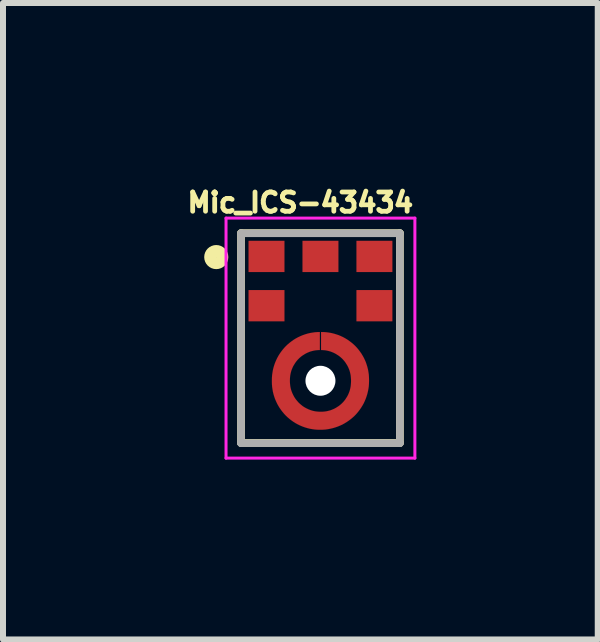
<source format=kicad_pcb>
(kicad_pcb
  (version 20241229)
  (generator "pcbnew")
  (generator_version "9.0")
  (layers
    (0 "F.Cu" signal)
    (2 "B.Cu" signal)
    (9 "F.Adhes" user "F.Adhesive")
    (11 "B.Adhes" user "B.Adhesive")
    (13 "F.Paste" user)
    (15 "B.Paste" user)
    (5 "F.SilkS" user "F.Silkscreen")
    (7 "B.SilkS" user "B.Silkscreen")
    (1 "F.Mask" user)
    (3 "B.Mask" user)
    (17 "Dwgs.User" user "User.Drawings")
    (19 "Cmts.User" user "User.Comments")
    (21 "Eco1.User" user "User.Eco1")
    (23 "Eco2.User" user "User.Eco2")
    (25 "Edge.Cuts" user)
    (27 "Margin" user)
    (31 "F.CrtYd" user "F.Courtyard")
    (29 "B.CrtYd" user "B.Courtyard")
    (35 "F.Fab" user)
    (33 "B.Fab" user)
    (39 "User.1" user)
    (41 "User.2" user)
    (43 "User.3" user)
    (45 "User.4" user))
  (footprint "Mic_ICS-43434"
    (layer "F.Cu")
    (at 2.295 2.588)
    (property "Reference" "Mic_ICS-43434" (at -0.335 -2.259 180) (layer "F.SilkS") (effects (font (size 0.321 0.321) (thickness 0.08))))
    (attr through_hole)
    (fp_poly (pts (xy -0.01 -0.1) (xy -0.01 0.2) (xy -0.036 0.201) (xy -0.062 0.203) (xy -0.088 0.206) (xy -0.114 0.211) (xy -0.139 0.217) (xy -0.165 0.224) (xy -0.189 0.233) (xy -0.213 0.243) (xy -0.237 0.254) (xy -0.26 0.267) (xy -0.282 0.281) (xy -0.304 0.295) (xy -0.325 0.311) (xy -0.345 0.328) (xy -0.364 0.346) (xy -0.382 0.365) (xy -0.399 0.385) (xy -0.415 0.406) (xy -0.429 0.428) (xy -0.443 0.45) (xy -0.456 0.473) (xy -0.467 0.497) (xy -0.477 0.521) (xy -0.486 0.545) (xy -0.493 0.571) (xy -0.499 0.596) (xy -0.504 0.622) (xy -0.507 0.648) (xy -0.509 0.674) (xy -0.51 0.7) (xy -0.51 0.72) (xy -0.509 0.747) (xy -0.507 0.773) (xy -0.504 0.8) (xy -0.499 0.826) (xy -0.493 0.852) (xy -0.485 0.878) (xy -0.476 0.903) (xy -0.466 0.927) (xy -0.454 0.952) (xy -0.442 0.975) (xy -0.428 0.998) (xy -0.413 1.02) (xy -0.396 1.041) (xy -0.379 1.061) (xy -0.361 1.081) (xy -0.341 1.099) (xy -0.321 1.116) (xy -0.3 1.133) (xy -0.278 1.148) (xy -0.255 1.162) (xy -0.232 1.174) (xy -0.207 1.186) (xy -0.183 1.196) (xy -0.158 1.205) (xy -0.132 1.213) (xy -0.106 1.219) (xy -0.08 1.224) (xy -0.053 1.227) (xy -0.027 1.229) (xy 0 1.23) (xy 0.01 1.23) (xy 0.036 1.229) (xy 0.062 1.227) (xy 0.088 1.224) (xy 0.114 1.219) (xy 0.139 1.213) (xy 0.165 1.206) (xy 0.189 1.197) (xy 0.213 1.187) (xy 0.237 1.176) (xy 0.26 1.163) (xy 0.282 1.149) (xy 0.304 1.135) (xy 0.325 1.119) (xy 0.345 1.102) (xy 0.364 1.084) (xy 0.382 1.065) (xy 0.399 1.045) (xy 0.415 1.024) (xy 0.429 1.002) (xy 0.443 0.98) (xy 0.456 0.957) (xy 0.467 0.933) (xy 0.477 0.909) (xy 0.486 0.885) (xy 0.493 0.859) (xy 0.499 0.834) (xy 0.504 0.808) (xy 0.507 0.782) (xy 0.509 0.756) (xy 0.51 0.73) (xy 0.51 0.7) (xy 0.509 0.674) (xy 0.507 0.648) (xy 0.504 0.622) (xy 0.499 0.596) (xy 0.493 0.571) (xy 0.486 0.545) (xy 0.477 0.521) (xy 0.467 0.497) (xy 0.456 0.473) (xy 0.443 0.45) (xy 0.429 0.428) (xy 0.415 0.406) (xy 0.399 0.385) (xy 0.382 0.365) (xy 0.364 0.346) (xy 0.345 0.328) (xy 0.325 0.311) (xy 0.304 0.295) (xy 0.282 0.281) (xy 0.26 0.267) (xy 0.237 0.254) (xy 0.213 0.243) (xy 0.189 0.233) (xy 0.165 0.224) (xy 0.139 0.217) (xy 0.114 0.211) (xy 0.088 0.206) (xy 0.062 0.203) (xy 0.036 0.201) (xy 0.01 0.2) (xy 0.01 -0.1) (xy 0.02 -0.1) (xy 0.061 -0.099) (xy 0.103 -0.096) (xy 0.144 -0.09) (xy 0.184 -0.083) (xy 0.224 -0.073) (xy 0.264 -0.061) (xy 0.303 -0.048) (xy 0.341 -0.032) (xy 0.379 -0.014) (xy 0.415 0.006) (xy 0.45 0.027) (xy 0.484 0.051) (xy 0.517 0.076) (xy 0.549 0.103) (xy 0.579 0.131) (xy 0.607 0.161) (xy 0.634 0.193) (xy 0.659 0.226) (xy 0.683 0.26) (xy 0.704 0.295) (xy 0.724 0.331) (xy 0.742 0.369) (xy 0.758 0.407) (xy 0.771 0.446) (xy 0.783 0.486) (xy 0.793 0.526) (xy 0.8 0.566) (xy 0.806 0.607) (xy 0.809 0.649) (xy 0.81 0.69) (xy 0.81 0.72) (xy 0.809 0.762) (xy 0.806 0.805) (xy 0.8 0.847) (xy 0.792 0.888) (xy 0.782 0.93) (xy 0.77 0.97) (xy 0.756 1.01) (xy 0.74 1.049) (xy 0.722 1.088) (xy 0.701 1.125) (xy 0.679 1.161) (xy 0.655 1.196) (xy 0.629 1.23) (xy 0.602 1.262) (xy 0.573 1.293) (xy 0.542 1.322) (xy 0.51 1.349) (xy 0.476 1.375) (xy 0.441 1.399) (xy 0.405 1.421) (xy 0.368 1.442) (xy 0.329 1.46) (xy 0.29 1.476) (xy 0.25 1.49) (xy 0.21 1.502) (xy 0.168 1.512) (xy 0.127 1.52) (xy 0.085 1.526) (xy 0.042 1.529) (xy 0 1.53) (xy -0.01 1.53) (xy -0.052 1.529) (xy -0.094 1.526) (xy -0.135 1.52) (xy -0.176 1.513) (xy -0.217 1.503) (xy -0.257 1.491) (xy -0.297 1.477) (xy -0.335 1.461) (xy -0.373 1.443) (xy -0.41 1.423) (xy -0.446 1.401) (xy -0.48 1.377) (xy -0.513 1.352) (xy -0.545 1.325) (xy -0.576 1.296) (xy -0.605 1.265) (xy -0.632 1.233) (xy -0.657 1.2) (xy -0.681 1.166) (xy -0.703 1.13) (xy -0.723 1.093) (xy -0.741 1.055) (xy -0.757 1.017) (xy -0.771 0.977) (xy -0.783 0.937) (xy -0.793 0.896) (xy -0.8 0.855) (xy -0.806 0.814) (xy -0.809 0.772) (xy -0.81 0.73) (xy -0.81 0.7) (xy -0.809 0.658) (xy -0.806 0.616) (xy -0.8 0.575) (xy -0.793 0.534) (xy -0.783 0.493) (xy -0.771 0.453) (xy -0.757 0.413) (xy -0.741 0.375) (xy -0.723 0.337) (xy -0.703 0.3) (xy -0.681 0.264) (xy -0.657 0.23) (xy -0.632 0.197) (xy -0.605 0.165) (xy -0.576 0.134) (xy -0.545 0.105) (xy -0.513 0.078) (xy -0.48 0.053) (xy -0.446 0.029) (xy -0.41 0.007) (xy -0.373 -0.013) (xy -0.335 -0.031) (xy -0.297 -0.047) (xy -0.257 -0.061) (xy -0.217 -0.073) (xy -0.176 -0.083) (xy -0.135 -0.09) (xy -0.094 -0.096) (xy -0.052 -0.099) (xy -0.01 -0.1)) (stroke (width 0.001) (type solid)) (fill yes) (layer "F.Cu"))
    (fp_circle (center 0 0.713) (end 0.665 0.713) (stroke (width 0.5) (type solid)) (fill no) (layer "F.Mask"))
    (fp_line (start -1.325 -1.75) (end -1.325 1.75) (stroke (width 0.127) (type solid)) (layer "F.SilkS"))
    (fp_line (start -1.325 1.75) (end 1.325 1.75) (stroke (width 0.127) (type solid)) (layer "F.SilkS"))
    (fp_line (start 1.325 -1.75) (end -1.325 -1.75) (stroke (width 0.127) (type solid)) (layer "F.SilkS"))
    (fp_line (start 1.325 1.75) (end 1.325 -1.75) (stroke (width 0.127) (type solid)) (layer "F.SilkS"))
    (fp_circle (center -1.738 -1.35) (end -1.637 -1.35) (stroke (width 0.2) (type solid)) (fill no) (layer "F.SilkS"))
    (fp_poly (pts (xy -0.65 -1.572) (xy -0.65 -1.15) (xy -1.15 -1.15) (xy -1.15 -1.572)) (stroke (width 0.001) (type solid)) (fill yes) (layer "F.Paste"))
    (fp_poly (pts (xy -0.65 -0.75) (xy -0.65 -0.328) (xy -1.15 -0.328) (xy -1.15 -0.75)) (stroke (width 0.001) (type solid)) (fill yes) (layer "F.Paste"))
    (fp_poly (pts (xy 0.25 -1.572) (xy 0.25 -1.15) (xy -0.25 -1.15) (xy -0.25 -1.572)) (stroke (width 0.001) (type solid)) (fill yes) (layer "F.Paste"))
    (fp_poly (pts (xy 1.15 -1.572) (xy 1.15 -1.15) (xy 0.65 -1.15) (xy 0.65 -1.572)) (stroke (width 0.001) (type solid)) (fill yes) (layer "F.Paste"))
    (fp_poly (pts (xy 1.15 -0.75) (xy 1.15 -0.328) (xy 0.65 -0.328) (xy 0.65 -0.75)) (stroke (width 0.001) (type solid)) (fill yes) (layer "F.Paste"))
    (fp_poly (pts (xy -0.51 0.663) (xy -0.508 0.642) (xy -0.504 0.618) (xy -0.499 0.595) (xy -0.493 0.572) (xy -0.486 0.55) (xy -0.478 0.527) (xy -0.469 0.505) (xy -0.459 0.484) (xy -0.448 0.463) (xy -0.436 0.443) (xy -0.423 0.423) (xy -0.41 0.403) (xy -0.395 0.385) (xy -0.379 0.367) (xy -0.363 0.35) (xy -0.346 0.334) (xy -0.328 0.318) (xy -0.31 0.303) (xy -0.29 0.29) (xy -0.27 0.277) (xy -0.25 0.265) (xy -0.229 0.254) (xy -0.208 0.244) (xy -0.186 0.235) (xy -0.163 0.227) (xy -0.141 0.22) (xy -0.118 0.214) (xy -0.095 0.209) (xy -0.071 0.205) (xy -0.05 0.203) (xy -0.05 -0.097) (xy -0.089 -0.094) (xy -0.127 -0.089) (xy -0.166 -0.082) (xy -0.204 -0.074) (xy -0.242 -0.063) (xy -0.28 -0.051) (xy -0.316 -0.036) (xy -0.352 -0.02) (xy -0.387 -0.003) (xy -0.421 0.017) (xy -0.454 0.038) (xy -0.487 0.06) (xy -0.518 0.085) (xy -0.547 0.11) (xy -0.576 0.137) (xy -0.603 0.166) (xy -0.628 0.195) (xy -0.653 0.226) (xy -0.675 0.259) (xy -0.696 0.292) (xy -0.716 0.326) (xy -0.733 0.361) (xy -0.749 0.397) (xy -0.764 0.433) (xy -0.776 0.471) (xy -0.787 0.509) (xy -0.795 0.547) (xy -0.802 0.586) (xy -0.807 0.624) (xy -0.81 0.663) (xy -0.51 0.663)) (stroke (width 0.001) (type solid)) (fill yes) (layer "F.Paste"))
    (fp_poly (pts (xy -0.05 1.223) (xy -0.071 1.221) (xy -0.095 1.217) (xy -0.118 1.212) (xy -0.141 1.206) (xy -0.163 1.199) (xy -0.186 1.191) (xy -0.208 1.182) (xy -0.229 1.172) (xy -0.25 1.161) (xy -0.27 1.149) (xy -0.29 1.136) (xy -0.31 1.123) (xy -0.328 1.108) (xy -0.346 1.092) (xy -0.363 1.076) (xy -0.379 1.059) (xy -0.395 1.041) (xy -0.41 1.023) (xy -0.423 1.003) (xy -0.436 0.983) (xy -0.448 0.963) (xy -0.459 0.942) (xy -0.469 0.921) (xy -0.478 0.899) (xy -0.486 0.876) (xy -0.493 0.854) (xy -0.499 0.831) (xy -0.504 0.808) (xy -0.508 0.784) (xy -0.51 0.763) (xy -0.81 0.763) (xy -0.807 0.802) (xy -0.802 0.84) (xy -0.795 0.879) (xy -0.787 0.917) (xy -0.776 0.955) (xy -0.764 0.993) (xy -0.749 1.029) (xy -0.733 1.065) (xy -0.716 1.1) (xy -0.696 1.134) (xy -0.675 1.167) (xy -0.653 1.2) (xy -0.628 1.231) (xy -0.603 1.26) (xy -0.576 1.289) (xy -0.547 1.316) (xy -0.518 1.341) (xy -0.487 1.366) (xy -0.454 1.388) (xy -0.421 1.409) (xy -0.387 1.429) (xy -0.352 1.446) (xy -0.316 1.462) (xy -0.28 1.477) (xy -0.242 1.489) (xy -0.204 1.5) (xy -0.166 1.508) (xy -0.127 1.515) (xy -0.089 1.52) (xy -0.05 1.523) (xy -0.05 1.223)) (stroke (width 0.001) (type solid)) (fill yes) (layer "F.Paste"))
    (fp_poly (pts (xy 0.05 0.203) (xy 0.071 0.205) (xy 0.095 0.209) (xy 0.118 0.214) (xy 0.141 0.22) (xy 0.163 0.227) (xy 0.186 0.235) (xy 0.208 0.244) (xy 0.229 0.254) (xy 0.25 0.265) (xy 0.27 0.277) (xy 0.29 0.29) (xy 0.31 0.303) (xy 0.328 0.318) (xy 0.346 0.334) (xy 0.363 0.35) (xy 0.379 0.367) (xy 0.395 0.385) (xy 0.41 0.403) (xy 0.423 0.423) (xy 0.436 0.443) (xy 0.448 0.463) (xy 0.459 0.484) (xy 0.469 0.505) (xy 0.478 0.527) (xy 0.486 0.55) (xy 0.493 0.572) (xy 0.499 0.595) (xy 0.504 0.618) (xy 0.508 0.642) (xy 0.51 0.663) (xy 0.81 0.663) (xy 0.807 0.624) (xy 0.802 0.586) (xy 0.795 0.547) (xy 0.787 0.509) (xy 0.776 0.471) (xy 0.764 0.433) (xy 0.749 0.397) (xy 0.733 0.361) (xy 0.716 0.326) (xy 0.696 0.292) (xy 0.675 0.259) (xy 0.653 0.226) (xy 0.628 0.195) (xy 0.603 0.166) (xy 0.576 0.137) (xy 0.547 0.11) (xy 0.518 0.085) (xy 0.487 0.06) (xy 0.454 0.038) (xy 0.421 0.017) (xy 0.387 -0.003) (xy 0.352 -0.02) (xy 0.316 -0.036) (xy 0.28 -0.051) (xy 0.242 -0.063) (xy 0.204 -0.074) (xy 0.166 -0.082) (xy 0.127 -0.089) (xy 0.089 -0.094) (xy 0.05 -0.097) (xy 0.05 0.203)) (stroke (width 0.001) (type solid)) (fill yes) (layer "F.Paste"))
    (fp_poly (pts (xy 0.51 0.763) (xy 0.508 0.784) (xy 0.504 0.808) (xy 0.499 0.831) (xy 0.493 0.854) (xy 0.486 0.876) (xy 0.478 0.899) (xy 0.469 0.921) (xy 0.459 0.942) (xy 0.448 0.963) (xy 0.436 0.983) (xy 0.423 1.003) (xy 0.41 1.023) (xy 0.395 1.041) (xy 0.379 1.059) (xy 0.363 1.076) (xy 0.346 1.092) (xy 0.328 1.108) (xy 0.31 1.123) (xy 0.29 1.136) (xy 0.27 1.149) (xy 0.25 1.161) (xy 0.229 1.172) (xy 0.208 1.182) (xy 0.186 1.191) (xy 0.163 1.199) (xy 0.141 1.206) (xy 0.118 1.212) (xy 0.095 1.217) (xy 0.071 1.221) (xy 0.05 1.223) (xy 0.05 1.523) (xy 0.089 1.52) (xy 0.127 1.515) (xy 0.166 1.508) (xy 0.204 1.5) (xy 0.242 1.489) (xy 0.28 1.477) (xy 0.316 1.462) (xy 0.352 1.446) (xy 0.387 1.429) (xy 0.421 1.409) (xy 0.454 1.388) (xy 0.487 1.366) (xy 0.518 1.341) (xy 0.547 1.316) (xy 0.576 1.289) (xy 0.603 1.26) (xy 0.628 1.231) (xy 0.653 1.2) (xy 0.675 1.167) (xy 0.696 1.134) (xy 0.716 1.1) (xy 0.733 1.065) (xy 0.749 1.029) (xy 0.764 0.993) (xy 0.776 0.955) (xy 0.787 0.917) (xy 0.795 0.879) (xy 0.802 0.84) (xy 0.807 0.802) (xy 0.81 0.763) (xy 0.51 0.763)) (stroke (width 0.001) (type solid)) (fill yes) (layer "F.Paste"))
    (fp_line (start -1.575 -2) (end 1.575 -2) (stroke (width 0.05) (type solid)) (layer "F.CrtYd"))
    (fp_line (start -1.575 2.003) (end -1.575 -2) (stroke (width 0.05) (type solid)) (layer "F.CrtYd"))
    (fp_line (start 1.575 -2) (end 1.575 2.003) (stroke (width 0.05) (type solid)) (layer "F.CrtYd"))
    (fp_line (start 1.575 2.003) (end -1.575 2.003) (stroke (width 0.05) (type solid)) (layer "F.CrtYd"))
    (fp_line (start -1.325 -1.747) (end 1.325 -1.747) (stroke (width 0.127) (type solid)) (layer "F.Fab"))
    (fp_line (start -1.325 1.753) (end -1.325 -1.747) (stroke (width 0.127) (type solid)) (layer "F.Fab"))
    (fp_line (start 1.325 -1.747) (end 1.325 1.753) (stroke (width 0.127) (type solid)) (layer "F.Fab"))
    (fp_line (start 1.325 1.753) (end -1.325 1.753) (stroke (width 0.127) (type solid)) (layer "F.Fab"))
    (pad "" np_thru_hole circle (at 0 0.713) (size 0.5 0.5) (drill 0.5) (layers "*.Cu" "*.Mask"))
    (pad "1" smd rect (at -0.9 -1.361) (size 0.6 0.522) (layers "F.Cu" "F.Mask"))
    (pad "2" smd rect (at -0.9 -0.539) (size 0.6 0.522) (layers "F.Cu" "F.Mask"))
    (pad "4" smd rect (at 0.9 -0.539) (size 0.6 0.522) (layers "F.Cu" "F.Mask"))
    (pad "5" smd rect (at 0.9 -1.361) (size 0.6 0.522) (layers "F.Cu" "F.Mask"))
    (pad "6" smd rect (at 0 -1.361) (size 0.6 0.522) (layers "F.Cu" "F.Mask")))
  (gr_rect
    (start -3 -3)
    (end 6.92 7.616)
    (stroke (width 0.1) (type default))
    (fill no)
    (layer "Edge.Cuts")))
</source>
